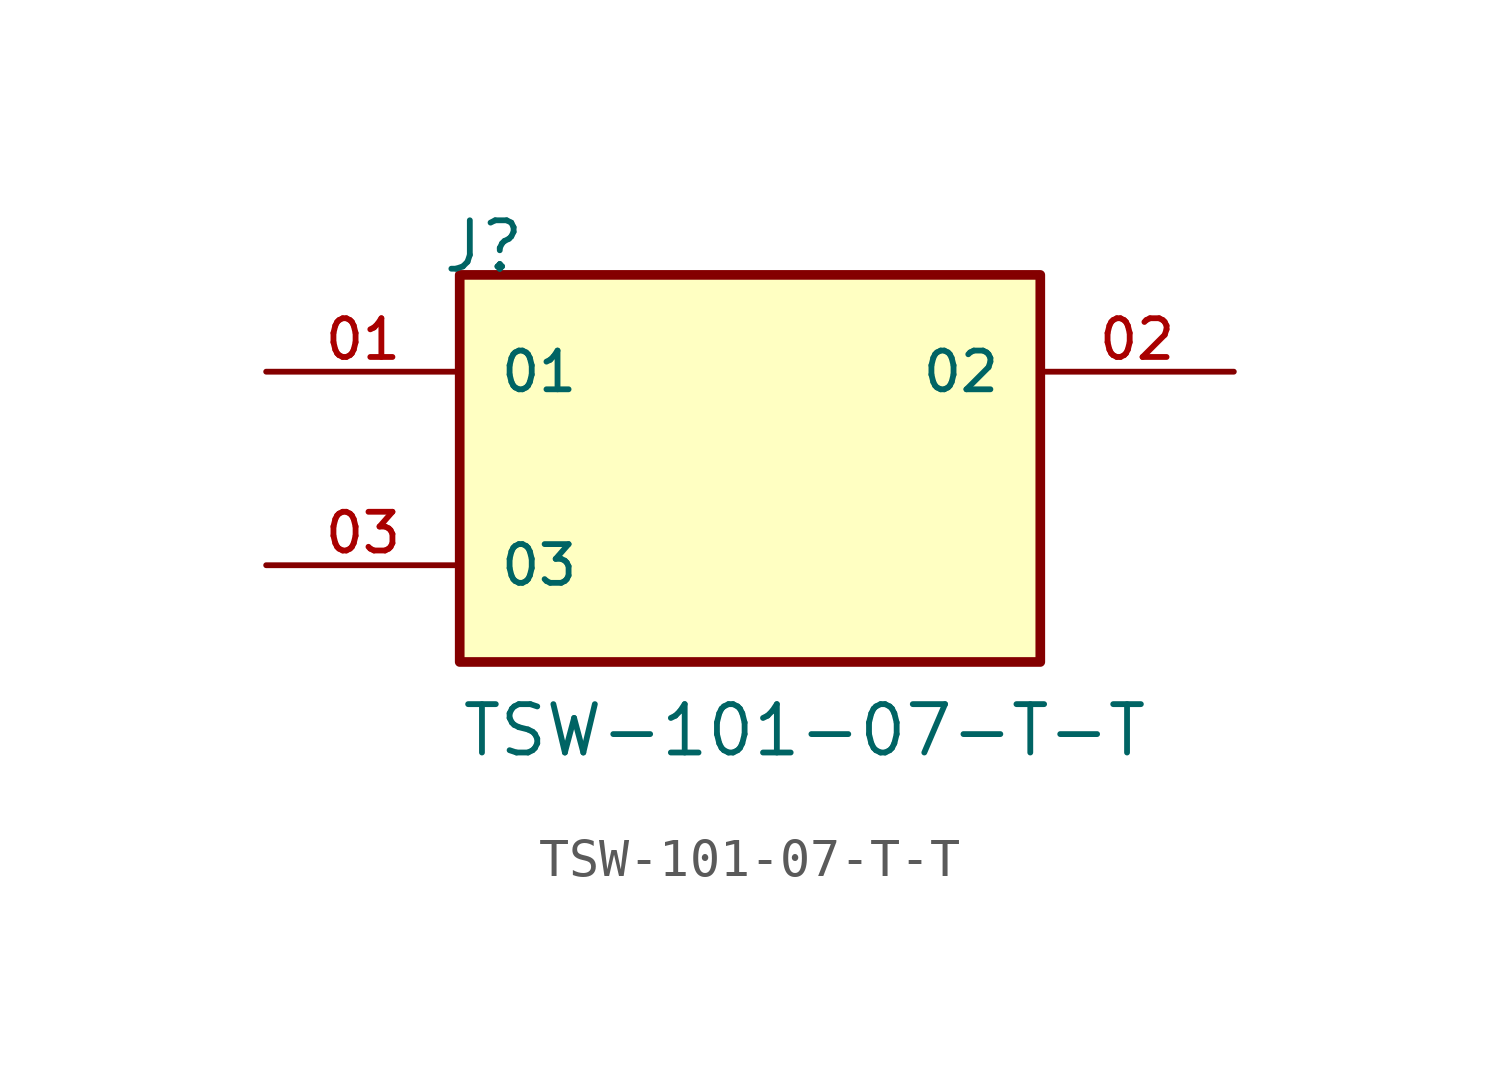
<source format=kicad_sym>
(kicad_symbol_lib
  (version 20211014)
  (generator kicad_symbol_editor)
  (symbol "TSW-101-07-T-T"
    (pin_names
      (offset 1.016))
    (property "Reference" "J"
      (at -8.12 5.08 0)
      (effects (font (size 1.27 1.27)) (justify bottom left)))
    (property "Value" "TSW-101-07-T-T"
      (at -7.62 -7.62 0)
      (effects (font (size 1.27 1.27)) (justify bottom left)))
    (symbol "TSW-101-07-T-T_0_0"
      (rectangle (start -7.62 -5.08) (end 7.62 5.08) (stroke (width 0.254)) (fill (type background)))
      (pin passive line (at -12.7 2.54 0) (length 5.08) (name "01" (effects (font (size 1.016 1.016)))) (number "01" (effects (font (size 1.016 1.016)))))
      (pin passive line (at 12.7 2.54 180.0) (length 5.08) (name "02" (effects (font (size 1.016 1.016)))) (number "02" (effects (font (size 1.016 1.016)))))
      (pin passive line (at -12.7 -2.54 0) (length 5.08) (name "03" (effects (font (size 1.016 1.016)))) (number "03" (effects (font (size 1.016 1.016))))))))
</source>
